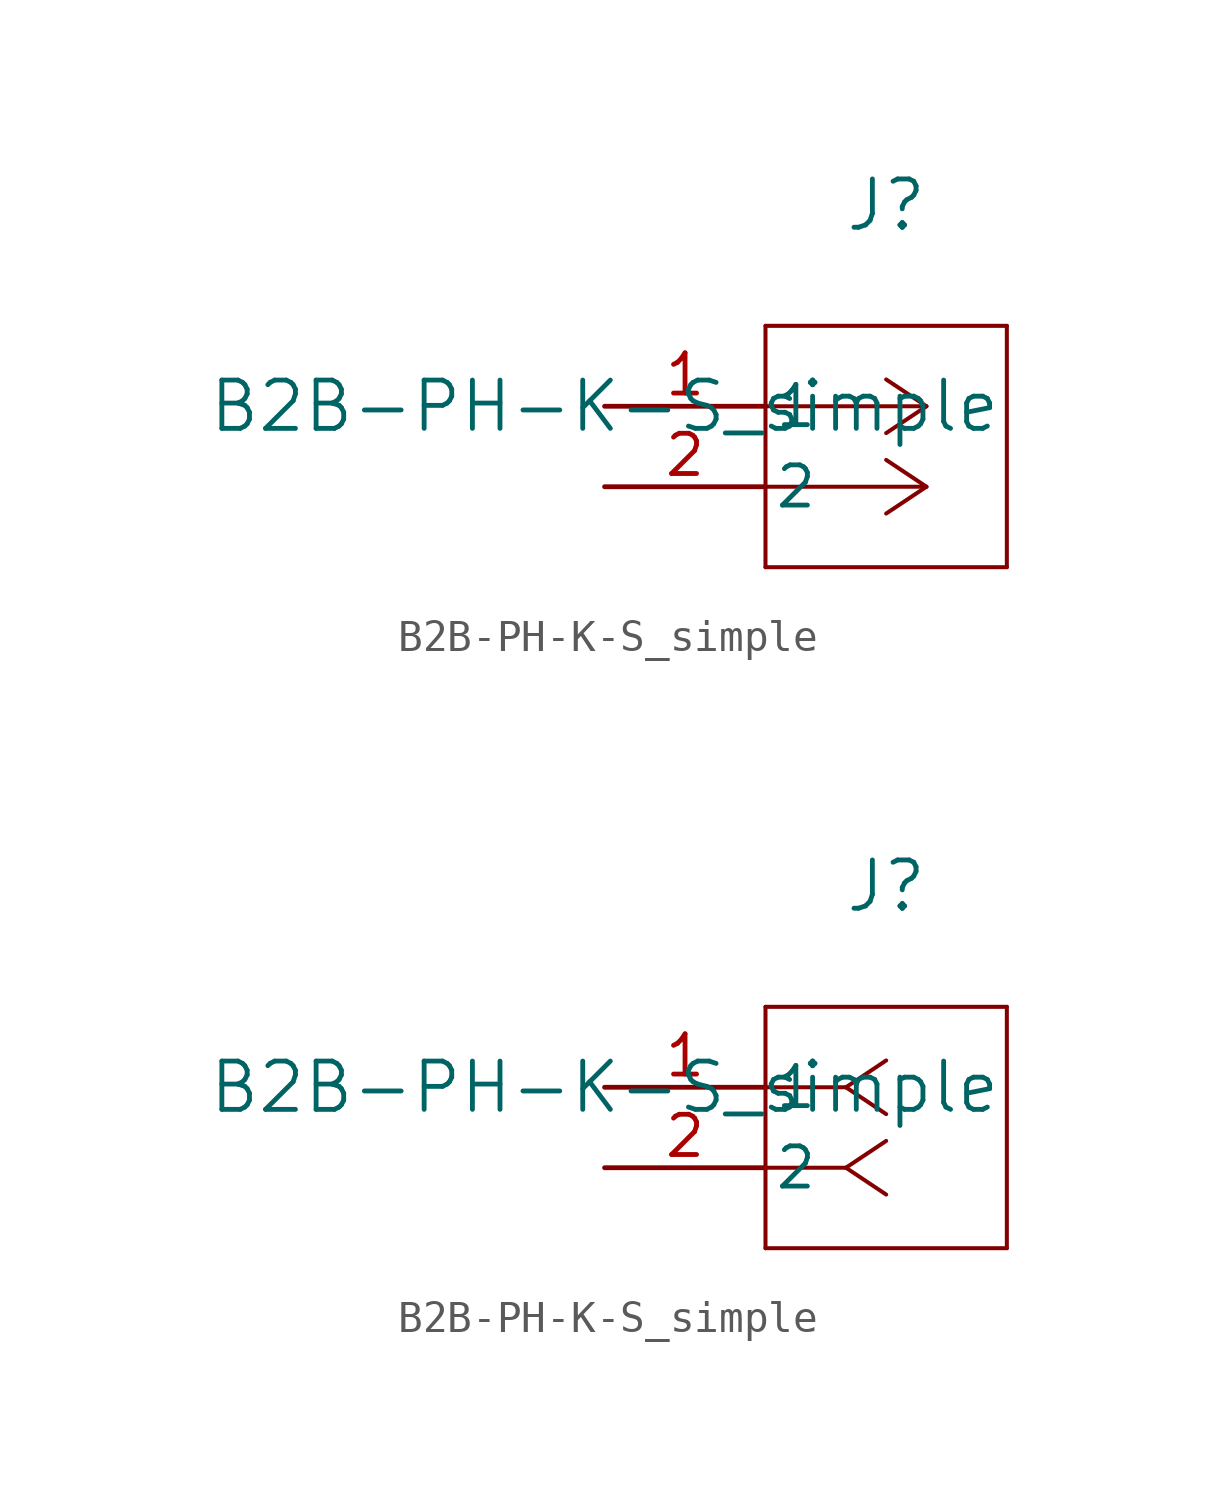
<source format=kicad_sym>
(kicad_symbol_lib
  (version 20231120)
  (generator "kicad_symbol_editor")
  (generator_version "8.0")
  (symbol "B2B-PH-K-S_simple"
    (pin_names
      (offset 0.254))
    (property "Reference" "J"
      (at 8.89 6.35 0)
      (effects (font (size 1.524 1.524))))
    (property "Value" "B2B-PH-K-S_simple"
      (at 0 0 0)
      (effects (font (size 1.524 1.524))))
    (property "ki_locked" ""
      (at 0 0 0)
      (effects (font (size 1.27 1.27))))
    (symbol "B2B-PH-K-S_simple_1_1"
      (polyline (pts (xy 5.08 -5.08) (xy 12.7 -5.08)) (stroke (width 0.127) (type default)) (fill (type none)))
      (polyline (pts (xy 5.08 2.54) (xy 5.08 -5.08)) (stroke (width 0.127) (type default)) (fill (type none)))
      (polyline (pts (xy 10.16 -2.54) (xy 5.08 -2.54)) (stroke (width 0.127) (type default)) (fill (type none)))
      (polyline (pts (xy 10.16 -2.54) (xy 8.89 -3.387)) (stroke (width 0.127) (type default)) (fill (type none)))
      (polyline (pts (xy 10.16 -2.54) (xy 8.89 -1.693)) (stroke (width 0.127) (type default)) (fill (type none)))
      (polyline (pts (xy 10.16 0) (xy 5.08 0)) (stroke (width 0.127) (type default)) (fill (type none)))
      (polyline (pts (xy 10.16 0) (xy 8.89 -0.847)) (stroke (width 0.127) (type default)) (fill (type none)))
      (polyline (pts (xy 10.16 0) (xy 8.89 0.847)) (stroke (width 0.127) (type default)) (fill (type none)))
      (polyline (pts (xy 12.7 -5.08) (xy 12.7 2.54)) (stroke (width 0.127) (type default)) (fill (type none)))
      (polyline (pts (xy 12.7 2.54) (xy 5.08 2.54)) (stroke (width 0.127) (type default)) (fill (type none)))
      (pin unspecified line (at 0 0 0) (length 5.08) (name "1" (effects (font (size 1.27 1.27)))) (number "1" (effects (font (size 1.27 1.27)))))
      (pin unspecified line (at 0 -2.54 0) (length 5.08) (name "2" (effects (font (size 1.27 1.27)))) (number "2" (effects (font (size 1.27 1.27))))))
    (symbol "B2B-PH-K-S_simple_1_2"
      (polyline (pts (xy 5.08 -5.08) (xy 12.7 -5.08)) (stroke (width 0.127) (type default)) (fill (type none)))
      (polyline (pts (xy 5.08 2.54) (xy 5.08 -5.08)) (stroke (width 0.127) (type default)) (fill (type none)))
      (polyline (pts (xy 7.62 -2.54) (xy 5.08 -2.54)) (stroke (width 0.127) (type default)) (fill (type none)))
      (polyline (pts (xy 7.62 -2.54) (xy 8.89 -3.387)) (stroke (width 0.127) (type default)) (fill (type none)))
      (polyline (pts (xy 7.62 -2.54) (xy 8.89 -1.693)) (stroke (width 0.127) (type default)) (fill (type none)))
      (polyline (pts (xy 7.62 0) (xy 5.08 0)) (stroke (width 0.127) (type default)) (fill (type none)))
      (polyline (pts (xy 7.62 0) (xy 8.89 -0.847)) (stroke (width 0.127) (type default)) (fill (type none)))
      (polyline (pts (xy 7.62 0) (xy 8.89 0.847)) (stroke (width 0.127) (type default)) (fill (type none)))
      (polyline (pts (xy 12.7 -5.08) (xy 12.7 2.54)) (stroke (width 0.127) (type default)) (fill (type none)))
      (polyline (pts (xy 12.7 2.54) (xy 5.08 2.54)) (stroke (width 0.127) (type default)) (fill (type none)))
      (pin unspecified line (at 0 0 0) (length 5.08) (name "1" (effects (font (size 1.27 1.27)))) (number "1" (effects (font (size 1.27 1.27)))))
      (pin unspecified line (at 0 -2.54 0) (length 5.08) (name "2" (effects (font (size 1.27 1.27)))) (number "2" (effects (font (size 1.27 1.27))))))))
</source>
